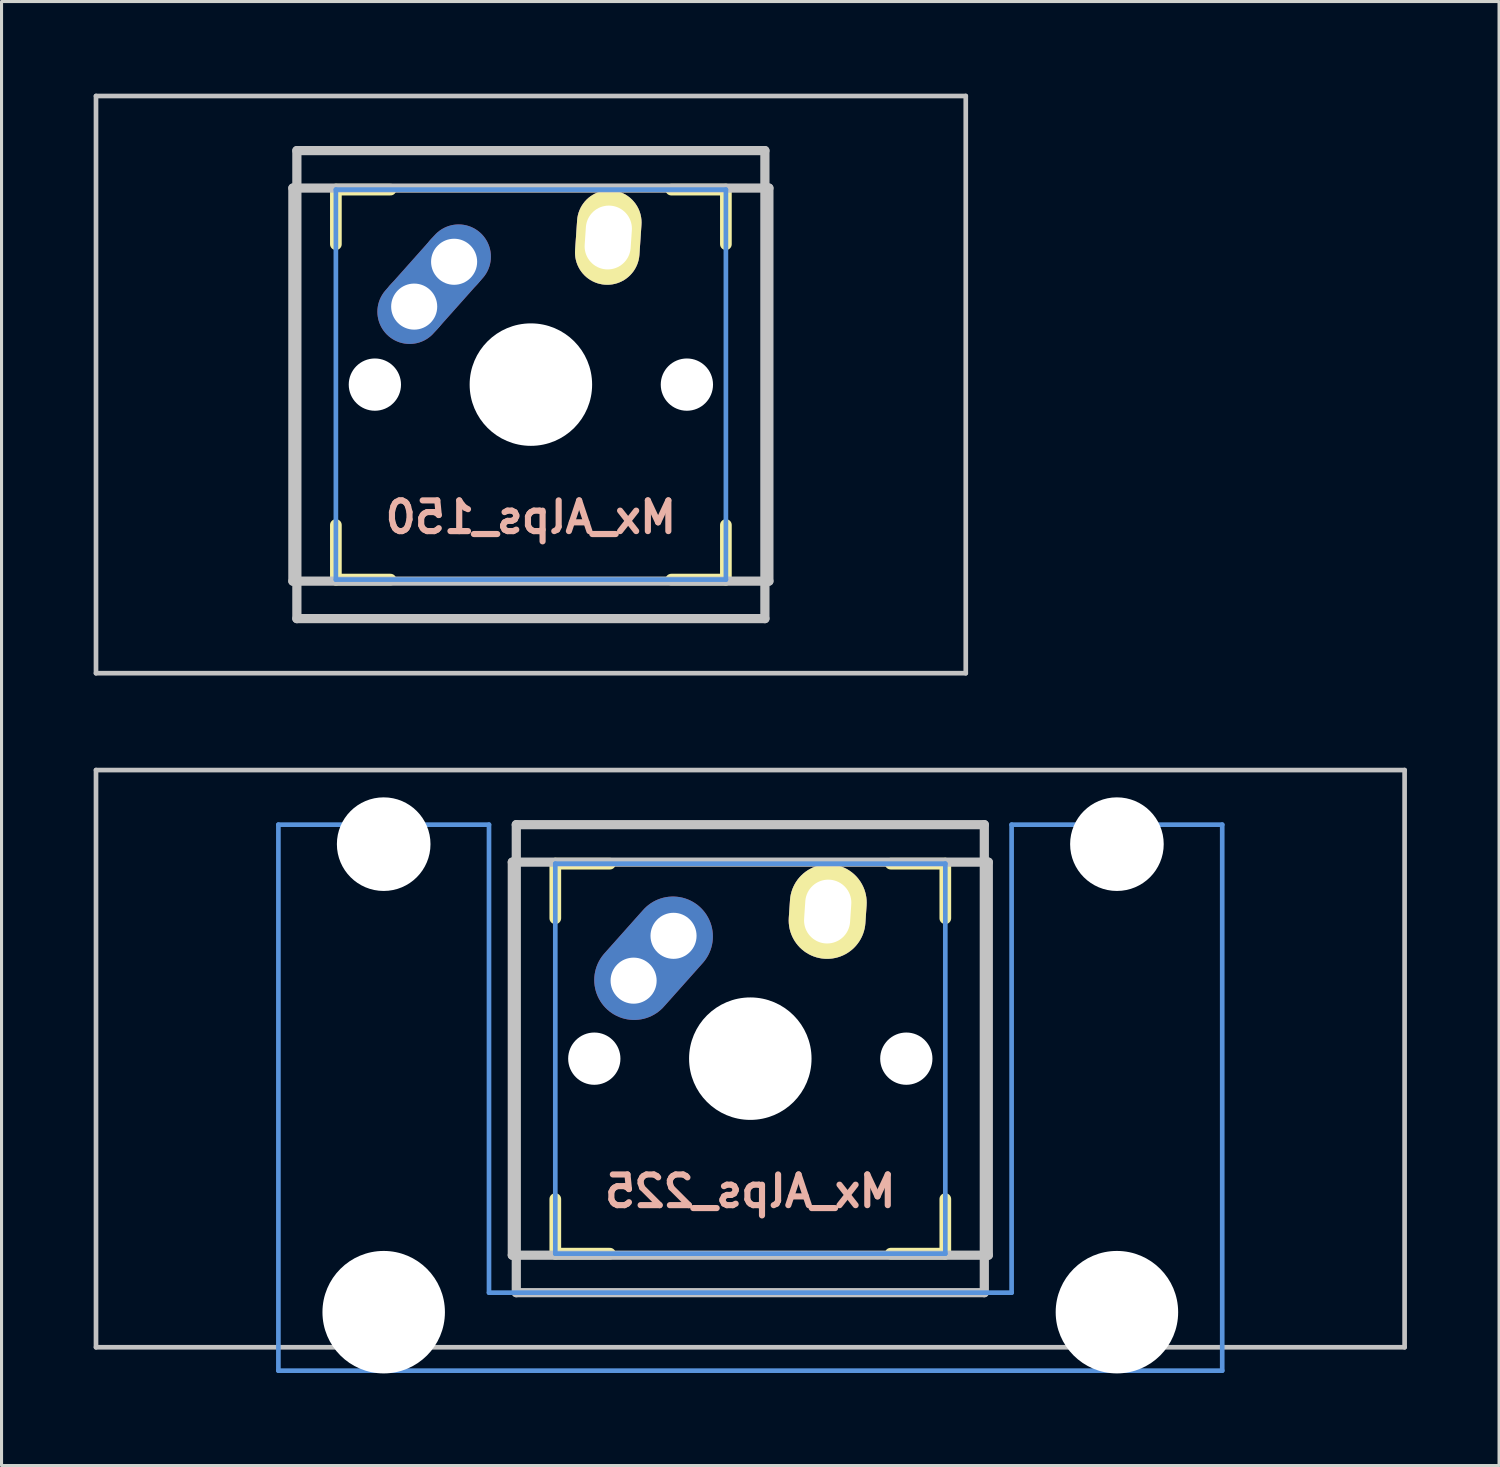
<source format=kicad_pcb>
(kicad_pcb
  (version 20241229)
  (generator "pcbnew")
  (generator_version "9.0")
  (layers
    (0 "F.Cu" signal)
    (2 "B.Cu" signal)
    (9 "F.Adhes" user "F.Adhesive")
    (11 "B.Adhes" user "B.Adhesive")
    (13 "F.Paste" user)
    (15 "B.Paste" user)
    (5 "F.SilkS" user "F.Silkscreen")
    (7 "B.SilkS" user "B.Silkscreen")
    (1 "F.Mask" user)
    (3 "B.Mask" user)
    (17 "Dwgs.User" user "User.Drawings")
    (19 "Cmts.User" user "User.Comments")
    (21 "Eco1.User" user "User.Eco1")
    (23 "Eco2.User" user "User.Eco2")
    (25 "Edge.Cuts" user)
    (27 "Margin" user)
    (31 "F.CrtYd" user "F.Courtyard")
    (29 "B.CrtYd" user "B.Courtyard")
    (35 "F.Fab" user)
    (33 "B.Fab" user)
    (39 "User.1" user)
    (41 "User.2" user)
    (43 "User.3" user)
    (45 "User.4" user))
  (footprint "Mx_Alps_150"
    (layer "F.Cu")
    (at 14.237 9.474)
    (property "Reference" "Mx_Alps_150" (at 0 4.318 0) (layer "B.SilkS") (effects (font (size 1 1) (thickness 0.2)) (justify mirror)))
    (attr through_hole)
    (fp_line (start -6.35 -6.35) (end -4.572 -6.35) (stroke (width 0.381) (type solid)) (layer "F.SilkS"))
    (fp_line (start -6.35 -4.572) (end -6.35 -6.35) (stroke (width 0.381) (type solid)) (layer "F.SilkS"))
    (fp_line (start -6.35 6.35) (end -6.35 4.572) (stroke (width 0.381) (type solid)) (layer "F.SilkS"))
    (fp_line (start -4.572 6.35) (end -6.35 6.35) (stroke (width 0.381) (type solid)) (layer "F.SilkS"))
    (fp_line (start 4.572 -6.35) (end 6.35 -6.35) (stroke (width 0.381) (type solid)) (layer "F.SilkS"))
    (fp_line (start 6.35 -6.35) (end 6.35 -4.572) (stroke (width 0.381) (type solid)) (layer "F.SilkS"))
    (fp_line (start 6.35 4.572) (end 6.35 6.35) (stroke (width 0.381) (type solid)) (layer "F.SilkS"))
    (fp_line (start 6.35 6.35) (end 4.572 6.35) (stroke (width 0.381) (type solid)) (layer "F.SilkS"))
    (fp_line (start -14.161 -9.398) (end 14.161 -9.398) (stroke (width 0.152) (type solid)) (layer "Dwgs.User"))
    (fp_line (start -14.161 9.398) (end -14.161 -9.398) (stroke (width 0.152) (type solid)) (layer "Dwgs.User"))
    (fp_line (start -7.75 6.4) (end -7.75 -6.4) (stroke (width 0.3) (type solid)) (layer "Dwgs.User"))
    (fp_line (start -7.75 6.4) (end 7.75 6.4) (stroke (width 0.3) (type solid)) (layer "Dwgs.User"))
    (fp_line (start -7.62 -7.62) (end 7.62 -7.62) (stroke (width 0.3) (type solid)) (layer "Dwgs.User"))
    (fp_line (start -7.62 7.62) (end -7.62 -7.62) (stroke (width 0.3) (type solid)) (layer "Dwgs.User"))
    (fp_line (start 7.62 -7.62) (end 7.62 7.62) (stroke (width 0.3) (type solid)) (layer "Dwgs.User"))
    (fp_line (start 7.62 7.62) (end -7.62 7.62) (stroke (width 0.3) (type solid)) (layer "Dwgs.User"))
    (fp_line (start 7.75 -6.4) (end -7.75 -6.4) (stroke (width 0.3) (type solid)) (layer "Dwgs.User"))
    (fp_line (start 7.75 6.4) (end 7.75 -6.4) (stroke (width 0.3) (type solid)) (layer "Dwgs.User"))
    (fp_line (start 14.161 -9.398) (end 14.161 9.398) (stroke (width 0.152) (type solid)) (layer "Dwgs.User"))
    (fp_line (start 14.161 9.398) (end -14.161 9.398) (stroke (width 0.152) (type solid)) (layer "Dwgs.User"))
    (fp_line (start -6.35 -6.35) (end 6.35 -6.35) (stroke (width 0.152) (type solid)) (layer "Cmts.User"))
    (fp_line (start -6.35 6.35) (end -6.35 -6.35) (stroke (width 0.152) (type solid)) (layer "Cmts.User"))
    (fp_line (start 6.35 -6.35) (end 6.35 6.35) (stroke (width 0.152) (type solid)) (layer "Cmts.User"))
    (fp_line (start 6.35 6.35) (end -6.35 6.35) (stroke (width 0.152) (type solid)) (layer "Cmts.User"))
    (fp_line (start -6.985 -6.985) (end 6.985 -6.985) (stroke (width 0.152) (type solid)) (layer "Eco2.User"))
    (fp_line (start -6.985 6.985) (end -6.985 -6.985) (stroke (width 0.152) (type solid)) (layer "Eco2.User"))
    (fp_line (start 6.985 -6.985) (end 6.985 6.985) (stroke (width 0.152) (type solid)) (layer "Eco2.User"))
    (fp_line (start 6.985 6.985) (end -6.985 6.985) (stroke (width 0.152) (type solid)) (layer "Eco2.User"))
    (pad "" np_thru_hole circle (at -5.08 0) (size 1.702 1.702) (drill 1.702) (layers "*.Cu"))
    (pad "" np_thru_hole circle (at 0 0) (size 3.988 3.988) (drill 3.988) (layers "*.Cu"))
    (pad "" np_thru_hole circle (at 5.08 0) (size 1.702 1.702) (drill 1.702) (layers "*.Cu"))
    (pad "1" thru_hole circle (at -3.8 -2.54) (size 2.1 2.1) (drill 1.5) (layers "*.Cu" "*.Mask"))
    (pad "1" smd oval (at -3.15 -3.27 48.3) (size 4.5 2.1) (layers "F.Cu" "F.Mask"))
    (pad "1" smd oval (at -3.15 -3.27 48.3) (size 4.5 2.1) (layers "B.Cu" "B.Mask"))
    (pad "1" thru_hole circle (at -2.5 -4) (size 2.1 2.1) (drill 1.5) (layers "*.Cu" "*.Mask"))
    (pad "2" thru_hole oval (at 2.52 -4.79 356.1) (size 2.1 3.08) (drill oval 1.5 2.08) (layers "*.Cu" "*.Mask" "F.SilkS")))
  (footprint "Mx_Alps_225"
    (layer "F.Cu")
    (at 21.382 31.423)
    (property "Reference" "Mx_Alps_225" (at 0 4.318 0) (layer "B.SilkS") (effects (font (size 1 1) (thickness 0.2)) (justify mirror)))
    (attr through_hole)
    (fp_line (start -6.35 -6.35) (end -4.572 -6.35) (stroke (width 0.381) (type solid)) (layer "F.SilkS"))
    (fp_line (start -6.35 -4.572) (end -6.35 -6.35) (stroke (width 0.381) (type solid)) (layer "F.SilkS"))
    (fp_line (start -6.35 6.35) (end -6.35 4.572) (stroke (width 0.381) (type solid)) (layer "F.SilkS"))
    (fp_line (start -4.572 6.35) (end -6.35 6.35) (stroke (width 0.381) (type solid)) (layer "F.SilkS"))
    (fp_line (start 4.572 -6.35) (end 6.35 -6.35) (stroke (width 0.381) (type solid)) (layer "F.SilkS"))
    (fp_line (start 6.35 -6.35) (end 6.35 -4.572) (stroke (width 0.381) (type solid)) (layer "F.SilkS"))
    (fp_line (start 6.35 4.572) (end 6.35 6.35) (stroke (width 0.381) (type solid)) (layer "F.SilkS"))
    (fp_line (start 6.35 6.35) (end 4.572 6.35) (stroke (width 0.381) (type solid)) (layer "F.SilkS"))
    (fp_line (start -21.306 -9.398) (end 21.306 -9.398) (stroke (width 0.152) (type solid)) (layer "Dwgs.User"))
    (fp_line (start -21.306 9.398) (end -21.306 -9.398) (stroke (width 0.152) (type solid)) (layer "Dwgs.User"))
    (fp_line (start -7.75 6.4) (end -7.75 -6.4) (stroke (width 0.3) (type solid)) (layer "Dwgs.User"))
    (fp_line (start -7.75 6.4) (end 7.75 6.4) (stroke (width 0.3) (type solid)) (layer "Dwgs.User"))
    (fp_line (start -7.62 -7.62) (end 7.62 -7.62) (stroke (width 0.3) (type solid)) (layer "Dwgs.User"))
    (fp_line (start -7.62 7.62) (end -7.62 -7.62) (stroke (width 0.3) (type solid)) (layer "Dwgs.User"))
    (fp_line (start 7.62 -7.62) (end 7.62 7.62) (stroke (width 0.3) (type solid)) (layer "Dwgs.User"))
    (fp_line (start 7.62 7.62) (end -7.62 7.62) (stroke (width 0.3) (type solid)) (layer "Dwgs.User"))
    (fp_line (start 7.75 -6.4) (end -7.75 -6.4) (stroke (width 0.3) (type solid)) (layer "Dwgs.User"))
    (fp_line (start 7.75 6.4) (end 7.75 -6.4) (stroke (width 0.3) (type solid)) (layer "Dwgs.User"))
    (fp_line (start 21.306 -9.398) (end 21.306 9.398) (stroke (width 0.152) (type solid)) (layer "Dwgs.User"))
    (fp_line (start 21.306 9.398) (end -21.306 9.398) (stroke (width 0.152) (type solid)) (layer "Dwgs.User"))
    (fp_line (start -15.367 -7.62) (end -15.367 10.16) (stroke (width 0.152) (type solid)) (layer "Cmts.User"))
    (fp_line (start -15.367 10.16) (end 15.367 10.16) (stroke (width 0.152) (type solid)) (layer "Cmts.User"))
    (fp_line (start -8.509 -7.62) (end -15.367 -7.62) (stroke (width 0.152) (type solid)) (layer "Cmts.User"))
    (fp_line (start -8.509 7.62) (end -8.509 -7.62) (stroke (width 0.152) (type solid)) (layer "Cmts.User"))
    (fp_line (start -6.35 -6.35) (end 6.35 -6.35) (stroke (width 0.152) (type solid)) (layer "Cmts.User"))
    (fp_line (start -6.35 6.35) (end -6.35 -6.35) (stroke (width 0.152) (type solid)) (layer "Cmts.User"))
    (fp_line (start 6.35 -6.35) (end 6.35 6.35) (stroke (width 0.152) (type solid)) (layer "Cmts.User"))
    (fp_line (start 6.35 6.35) (end -6.35 6.35) (stroke (width 0.152) (type solid)) (layer "Cmts.User"))
    (fp_line (start 8.509 -7.62) (end 8.509 7.62) (stroke (width 0.152) (type solid)) (layer "Cmts.User"))
    (fp_line (start 8.509 7.62) (end -8.509 7.62) (stroke (width 0.152) (type solid)) (layer "Cmts.User"))
    (fp_line (start 15.367 -7.62) (end 8.509 -7.62) (stroke (width 0.152) (type solid)) (layer "Cmts.User"))
    (fp_line (start 15.367 10.16) (end 15.367 -7.62) (stroke (width 0.152) (type solid)) (layer "Cmts.User"))
    (fp_line (start -16.129 -2.286) (end -15.265 -2.286) (stroke (width 0.152) (type solid)) (layer "Eco2.User"))
    (fp_line (start -16.129 0.508) (end -16.129 -2.286) (stroke (width 0.152) (type solid)) (layer "Eco2.User"))
    (fp_line (start -15.265 -5.69) (end -8.611 -5.69) (stroke (width 0.152) (type solid)) (layer "Eco2.User"))
    (fp_line (start -15.265 -2.286) (end -15.265 -5.69) (stroke (width 0.152) (type solid)) (layer "Eco2.User"))
    (fp_line (start -15.265 0.508) (end -16.129 0.508) (stroke (width 0.152) (type solid)) (layer "Eco2.User"))
    (fp_line (start -15.265 6.604) (end -15.265 0.508) (stroke (width 0.152) (type solid)) (layer "Eco2.User"))
    (fp_line (start -14.224 6.604) (end -15.265 6.604) (stroke (width 0.152) (type solid)) (layer "Eco2.User"))
    (fp_line (start -14.224 7.772) (end -14.224 6.604) (stroke (width 0.152) (type solid)) (layer "Eco2.User"))
    (fp_line (start -9.652 6.604) (end -9.652 7.772) (stroke (width 0.152) (type solid)) (layer "Eco2.User"))
    (fp_line (start -9.652 7.772) (end -14.224 7.772) (stroke (width 0.152) (type solid)) (layer "Eco2.User"))
    (fp_line (start -8.611 -5.69) (end -8.611 -4.877) (stroke (width 0.152) (type solid)) (layer "Eco2.User"))
    (fp_line (start -8.611 -4.877) (end -6.985 -4.877) (stroke (width 0.152) (type solid)) (layer "Eco2.User"))
    (fp_line (start -8.611 5.817) (end -8.611 6.604) (stroke (width 0.152) (type solid)) (layer "Eco2.User"))
    (fp_line (start -8.611 6.604) (end -9.652 6.604) (stroke (width 0.152) (type solid)) (layer "Eco2.User"))
    (fp_line (start -6.985 -6.985) (end 6.985 -6.985) (stroke (width 0.152) (type solid)) (layer "Eco2.User"))
    (fp_line (start -6.985 -4.877) (end -6.985 -6.985) (stroke (width 0.152) (type solid)) (layer "Eco2.User"))
    (fp_line (start -6.985 5.817) (end -8.611 5.817) (stroke (width 0.152) (type solid)) (layer "Eco2.User"))
    (fp_line (start -6.985 6.985) (end -6.985 5.817) (stroke (width 0.152) (type solid)) (layer "Eco2.User"))
    (fp_line (start 6.985 -6.985) (end 6.985 -4.877) (stroke (width 0.152) (type solid)) (layer "Eco2.User"))
    (fp_line (start 6.985 -4.877) (end 8.611 -4.877) (stroke (width 0.152) (type solid)) (layer "Eco2.User"))
    (fp_line (start 6.985 5.817) (end 6.985 6.985) (stroke (width 0.152) (type solid)) (layer "Eco2.User"))
    (fp_line (start 6.985 6.985) (end -6.985 6.985) (stroke (width 0.152) (type solid)) (layer "Eco2.User"))
    (fp_line (start 8.611 -5.69) (end 15.265 -5.69) (stroke (width 0.152) (type solid)) (layer "Eco2.User"))
    (fp_line (start 8.611 -4.877) (end 8.611 -5.69) (stroke (width 0.152) (type solid)) (layer "Eco2.User"))
    (fp_line (start 8.611 5.817) (end 6.985 5.817) (stroke (width 0.152) (type solid)) (layer "Eco2.User"))
    (fp_line (start 8.611 6.604) (end 8.611 5.817) (stroke (width 0.152) (type solid)) (layer "Eco2.User"))
    (fp_line (start 9.652 6.604) (end 8.611 6.604) (stroke (width 0.152) (type solid)) (layer "Eco2.User"))
    (fp_line (start 9.652 7.772) (end 9.652 6.604) (stroke (width 0.152) (type solid)) (layer "Eco2.User"))
    (fp_line (start 14.224 6.604) (end 14.224 7.772) (stroke (width 0.152) (type solid)) (layer "Eco2.User"))
    (fp_line (start 14.224 7.772) (end 9.652 7.772) (stroke (width 0.152) (type solid)) (layer "Eco2.User"))
    (fp_line (start 15.265 -5.69) (end 15.265 -2.286) (stroke (width 0.152) (type solid)) (layer "Eco2.User"))
    (fp_line (start 15.265 -2.286) (end 16.129 -2.286) (stroke (width 0.152) (type solid)) (layer "Eco2.User"))
    (fp_line (start 15.265 0.508) (end 15.265 6.604) (stroke (width 0.152) (type solid)) (layer "Eco2.User"))
    (fp_line (start 15.265 6.604) (end 14.224 6.604) (stroke (width 0.152) (type solid)) (layer "Eco2.User"))
    (fp_line (start 16.129 -2.286) (end 16.129 0.508) (stroke (width 0.152) (type solid)) (layer "Eco2.User"))
    (fp_line (start 16.129 0.508) (end 15.265 0.508) (stroke (width 0.152) (type solid)) (layer "Eco2.User"))
    (pad "" np_thru_hole circle (at -11.938 -6.985) (size 3.048 3.048) (drill 3.048) (layers "*.Cu"))
    (pad "" np_thru_hole circle (at -11.938 8.255) (size 3.988 3.988) (drill 3.988) (layers "*.Cu"))
    (pad "" np_thru_hole circle (at -5.08 0) (size 1.702 1.702) (drill 1.702) (layers "*.Cu"))
    (pad "" np_thru_hole circle (at 0 0) (size 3.988 3.988) (drill 3.988) (layers "*.Cu"))
    (pad "" np_thru_hole circle (at 5.08 0) (size 1.702 1.702) (drill 1.702) (layers "*.Cu"))
    (pad "" np_thru_hole circle (at 11.938 -6.985) (size 3.048 3.048) (drill 3.048) (layers "*.Cu"))
    (pad "" np_thru_hole circle (at 11.938 8.255) (size 3.988 3.988) (drill 3.988) (layers "*.Cu"))
    (pad "1" thru_hole circle (at -3.8 -2.54) (size 2.377 2.377) (drill 1.5) (layers "*.Cu" "*.Mask"))
    (pad "1" smd oval (at -3.15 -3.27 48.3) (size 4.5 2.6) (layers "F.Cu" "F.Mask"))
    (pad "1" smd oval (at -3.15 -3.27 48.3) (size 4.5 2.6) (layers "B.Cu" "B.Mask"))
    (pad "1" thru_hole circle (at -2.5 -4) (size 2.377 2.377) (drill 1.5) (layers "*.Cu" "*.Mask"))
    (pad "2" thru_hole oval (at 2.52 -4.79 356.1) (size 2.5 3.08) (drill oval 1.5 2.08) (layers "*.Cu" "*.Mask" "F.SilkS")))
  (gr_rect
    (start -3 -3)
    (end 45.763 44.672)
    (stroke (width 0.1) (type default))
    (fill no)
    (layer "Edge.Cuts")))
</source>
